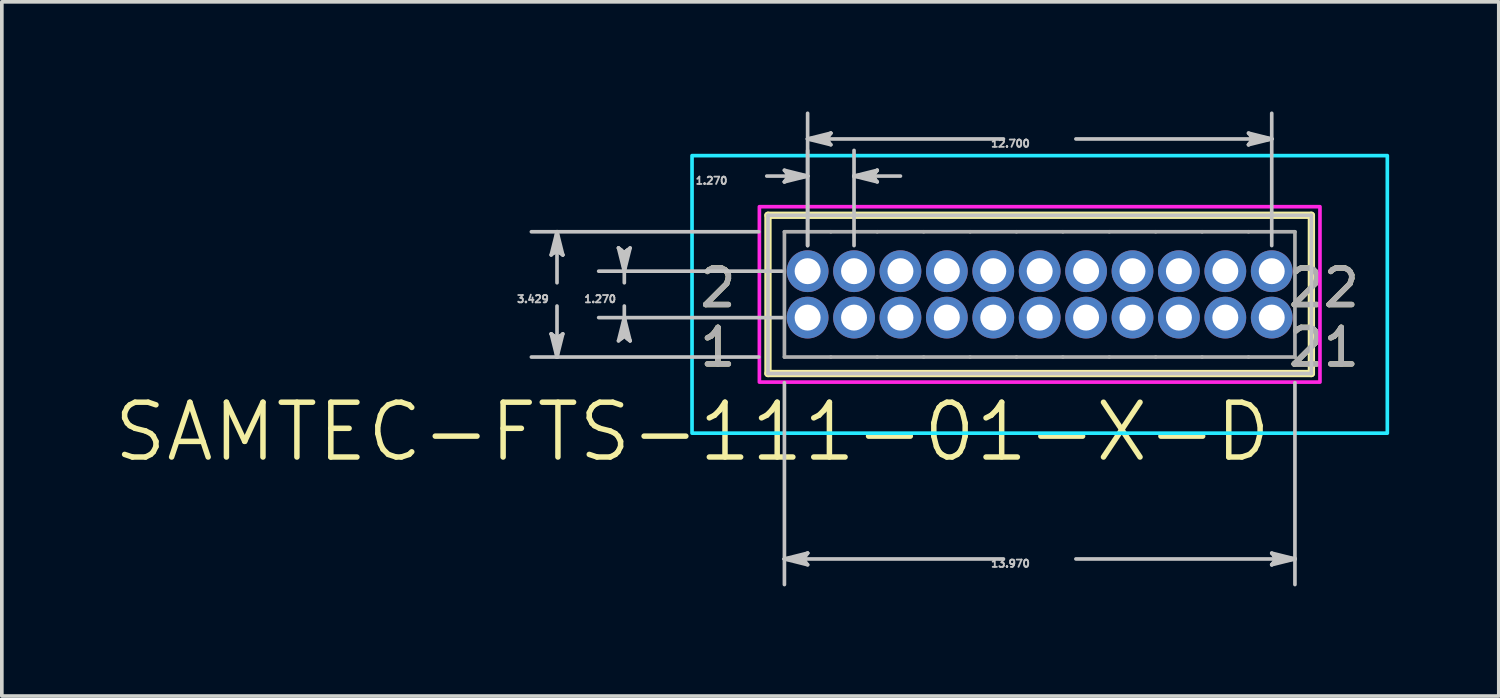
<source format=kicad_pcb>
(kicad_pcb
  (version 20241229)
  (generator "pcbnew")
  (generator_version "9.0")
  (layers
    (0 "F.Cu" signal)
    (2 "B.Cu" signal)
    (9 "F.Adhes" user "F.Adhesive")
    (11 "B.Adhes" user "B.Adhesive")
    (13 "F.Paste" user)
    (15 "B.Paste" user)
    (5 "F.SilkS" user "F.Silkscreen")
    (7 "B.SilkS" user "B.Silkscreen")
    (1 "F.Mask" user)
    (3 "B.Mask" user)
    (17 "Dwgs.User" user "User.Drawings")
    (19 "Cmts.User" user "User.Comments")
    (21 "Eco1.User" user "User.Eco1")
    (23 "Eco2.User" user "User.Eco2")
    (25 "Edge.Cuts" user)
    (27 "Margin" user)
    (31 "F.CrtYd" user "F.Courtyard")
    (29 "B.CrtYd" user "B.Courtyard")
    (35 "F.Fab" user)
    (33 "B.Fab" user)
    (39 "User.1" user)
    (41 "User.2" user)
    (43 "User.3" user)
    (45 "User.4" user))
  (footprint "SAMTEC-FTS-111-01-X-D"
    (layer "F.Cu")
    (at 25.4 5.006)
    (property "Reference" "SAMTEC-FTS-111-01-X-D" (at -9.504 3.764 0) (layer "F.SilkS") (effects (font (size 1.5 1.5) (thickness 0.15))))
    (attr through_hole)
    (fp_circle (center -6.35 -0.635) (end -5.728 -0.635) (stroke (width 0) (type solid)) (fill yes) (layer "F.Mask"))
    (fp_circle (center -6.35 0.635) (end -5.728 0.635) (stroke (width 0) (type solid)) (fill yes) (layer "F.Mask"))
    (fp_circle (center -5.08 -0.635) (end -4.458 -0.635) (stroke (width 0) (type solid)) (fill yes) (layer "F.Mask"))
    (fp_circle (center -5.08 0.635) (end -4.458 0.635) (stroke (width 0) (type solid)) (fill yes) (layer "F.Mask"))
    (fp_circle (center -3.81 -0.635) (end -3.188 -0.635) (stroke (width 0) (type solid)) (fill yes) (layer "F.Mask"))
    (fp_circle (center -3.81 0.635) (end -3.188 0.635) (stroke (width 0) (type solid)) (fill yes) (layer "F.Mask"))
    (fp_circle (center -2.54 -0.635) (end -1.918 -0.635) (stroke (width 0) (type solid)) (fill yes) (layer "F.Mask"))
    (fp_circle (center -2.54 0.635) (end -1.918 0.635) (stroke (width 0) (type solid)) (fill yes) (layer "F.Mask"))
    (fp_circle (center -1.27 -0.635) (end -0.648 -0.635) (stroke (width 0) (type solid)) (fill yes) (layer "F.Mask"))
    (fp_circle (center -1.27 0.635) (end -0.648 0.635) (stroke (width 0) (type solid)) (fill yes) (layer "F.Mask"))
    (fp_circle (center 0 -0.635) (end 0.622 -0.635) (stroke (width 0) (type solid)) (fill yes) (layer "F.Mask"))
    (fp_circle (center 0 0.635) (end 0.622 0.635) (stroke (width 0) (type solid)) (fill yes) (layer "F.Mask"))
    (fp_circle (center 1.27 -0.635) (end 1.892 -0.635) (stroke (width 0) (type solid)) (fill yes) (layer "F.Mask"))
    (fp_circle (center 1.27 0.635) (end 1.892 0.635) (stroke (width 0) (type solid)) (fill yes) (layer "F.Mask"))
    (fp_circle (center 2.54 -0.635) (end 3.162 -0.635) (stroke (width 0) (type solid)) (fill yes) (layer "F.Mask"))
    (fp_circle (center 2.54 0.635) (end 3.162 0.635) (stroke (width 0) (type solid)) (fill yes) (layer "F.Mask"))
    (fp_circle (center 3.81 -0.635) (end 4.432 -0.635) (stroke (width 0) (type solid)) (fill yes) (layer "F.Mask"))
    (fp_circle (center 3.81 0.635) (end 4.432 0.635) (stroke (width 0) (type solid)) (fill yes) (layer "F.Mask"))
    (fp_circle (center 5.08 -0.635) (end 5.702 -0.635) (stroke (width 0) (type solid)) (fill yes) (layer "F.Mask"))
    (fp_circle (center 5.08 0.635) (end 5.702 0.635) (stroke (width 0) (type solid)) (fill yes) (layer "F.Mask"))
    (fp_circle (center 6.35 -0.635) (end 6.972 -0.635) (stroke (width 0) (type solid)) (fill yes) (layer "F.Mask"))
    (fp_circle (center 6.35 0.635) (end 6.972 0.635) (stroke (width 0) (type solid)) (fill yes) (layer "F.Mask"))
    (fp_circle (center -6.35 -0.635) (end -5.728 -0.635) (stroke (width 0) (type solid)) (fill yes) (layer "B.Mask"))
    (fp_circle (center -6.35 0.635) (end -5.728 0.635) (stroke (width 0) (type solid)) (fill yes) (layer "B.Mask"))
    (fp_circle (center -5.08 -0.635) (end -4.458 -0.635) (stroke (width 0) (type solid)) (fill yes) (layer "B.Mask"))
    (fp_circle (center -5.08 0.635) (end -4.458 0.635) (stroke (width 0) (type solid)) (fill yes) (layer "B.Mask"))
    (fp_circle (center -3.81 -0.635) (end -3.188 -0.635) (stroke (width 0) (type solid)) (fill yes) (layer "B.Mask"))
    (fp_circle (center -3.81 0.635) (end -3.188 0.635) (stroke (width 0) (type solid)) (fill yes) (layer "B.Mask"))
    (fp_circle (center -2.54 -0.635) (end -1.918 -0.635) (stroke (width 0) (type solid)) (fill yes) (layer "B.Mask"))
    (fp_circle (center -2.54 0.635) (end -1.918 0.635) (stroke (width 0) (type solid)) (fill yes) (layer "B.Mask"))
    (fp_circle (center -1.27 -0.635) (end -0.648 -0.635) (stroke (width 0) (type solid)) (fill yes) (layer "B.Mask"))
    (fp_circle (center -1.27 0.635) (end -0.648 0.635) (stroke (width 0) (type solid)) (fill yes) (layer "B.Mask"))
    (fp_circle (center 0 -0.635) (end 0.622 -0.635) (stroke (width 0) (type solid)) (fill yes) (layer "B.Mask"))
    (fp_circle (center 0 0.635) (end 0.622 0.635) (stroke (width 0) (type solid)) (fill yes) (layer "B.Mask"))
    (fp_circle (center 1.27 -0.635) (end 1.892 -0.635) (stroke (width 0) (type solid)) (fill yes) (layer "B.Mask"))
    (fp_circle (center 1.27 0.635) (end 1.892 0.635) (stroke (width 0) (type solid)) (fill yes) (layer "B.Mask"))
    (fp_circle (center 2.54 -0.635) (end 3.162 -0.635) (stroke (width 0) (type solid)) (fill yes) (layer "B.Mask"))
    (fp_circle (center 2.54 0.635) (end 3.162 0.635) (stroke (width 0) (type solid)) (fill yes) (layer "B.Mask"))
    (fp_circle (center 3.81 -0.635) (end 4.432 -0.635) (stroke (width 0) (type solid)) (fill yes) (layer "B.Mask"))
    (fp_circle (center 3.81 0.635) (end 4.432 0.635) (stroke (width 0) (type solid)) (fill yes) (layer "B.Mask"))
    (fp_circle (center 5.08 -0.635) (end 5.702 -0.635) (stroke (width 0) (type solid)) (fill yes) (layer "B.Mask"))
    (fp_circle (center 5.08 0.635) (end 5.702 0.635) (stroke (width 0) (type solid)) (fill yes) (layer "B.Mask"))
    (fp_circle (center 6.35 -0.635) (end 6.972 -0.635) (stroke (width 0) (type solid)) (fill yes) (layer "B.Mask"))
    (fp_circle (center 6.35 0.635) (end 6.972 0.635) (stroke (width 0) (type solid)) (fill yes) (layer "B.Mask"))
    (fp_line (start -7.435 -2.165) (end -7.435 2.165) (stroke (width 0.2) (type solid)) (layer "F.SilkS"))
    (fp_line (start -7.435 2.165) (end 7.435 2.165) (stroke (width 0.2) (type solid)) (layer "F.SilkS"))
    (fp_line (start 7.435 -2.165) (end -7.435 -2.165) (stroke (width 0.2) (type solid)) (layer "F.SilkS"))
    (fp_line (start 7.435 2.165) (end 7.435 -2.165) (stroke (width 0.2) (type solid)) (layer "F.SilkS"))
    (fp_line (start -13.367 -1.08) (end -13.208 -1.206) (stroke (width 0.1) (type solid)) (layer "Dwgs.User"))
    (fp_line (start -13.367 1.08) (end -13.208 1.714) (stroke (width 0.1) (type solid)) (layer "Dwgs.User"))
    (fp_line (start -13.287 -1.143) (end -13.208 -1.206) (stroke (width 0.1) (type solid)) (layer "Dwgs.User"))
    (fp_line (start -13.287 1.143) (end -13.367 1.08) (stroke (width 0.1) (type solid)) (layer "Dwgs.User"))
    (fp_line (start -13.208 -1.714) (end -13.367 -1.08) (stroke (width 0.1) (type solid)) (layer "Dwgs.User"))
    (fp_line (start -13.208 -1.714) (end -13.287 -1.143) (stroke (width 0.1) (type solid)) (layer "Dwgs.User"))
    (fp_line (start -13.208 -1.714) (end -13.129 -1.143) (stroke (width 0.1) (type solid)) (layer "Dwgs.User"))
    (fp_line (start -13.208 -1.206) (end -13.208 -1.714) (stroke (width 0.1) (type solid)) (layer "Dwgs.User"))
    (fp_line (start -13.208 -1.206) (end -13.049 -1.08) (stroke (width 0.1) (type solid)) (layer "Dwgs.User"))
    (fp_line (start -13.208 -0.318) (end -13.208 -1.714) (stroke (width 0.1) (type solid)) (layer "Dwgs.User"))
    (fp_line (start -13.208 0.318) (end -13.208 1.714) (stroke (width 0.1) (type solid)) (layer "Dwgs.User"))
    (fp_line (start -13.208 1.206) (end -13.367 1.08) (stroke (width 0.1) (type solid)) (layer "Dwgs.User"))
    (fp_line (start -13.208 1.206) (end -13.208 1.714) (stroke (width 0.1) (type solid)) (layer "Dwgs.User"))
    (fp_line (start -13.208 1.714) (end -13.287 1.143) (stroke (width 0.1) (type solid)) (layer "Dwgs.User"))
    (fp_line (start -13.208 1.714) (end -13.129 1.143) (stroke (width 0.1) (type solid)) (layer "Dwgs.User"))
    (fp_line (start -13.208 1.714) (end -13.049 1.08) (stroke (width 0.1) (type solid)) (layer "Dwgs.User"))
    (fp_line (start -13.129 -1.143) (end -13.049 -1.08) (stroke (width 0.1) (type solid)) (layer "Dwgs.User"))
    (fp_line (start -13.129 1.143) (end -13.208 1.206) (stroke (width 0.1) (type solid)) (layer "Dwgs.User"))
    (fp_line (start -13.049 -1.08) (end -13.208 -1.714) (stroke (width 0.1) (type solid)) (layer "Dwgs.User"))
    (fp_line (start -13.049 1.08) (end -13.208 1.206) (stroke (width 0.1) (type solid)) (layer "Dwgs.User"))
    (fp_line (start -11.525 -1.27) (end -11.366 -0.635) (stroke (width 0.1) (type solid)) (layer "Dwgs.User"))
    (fp_line (start -11.525 1.27) (end -11.366 1.143) (stroke (width 0.1) (type solid)) (layer "Dwgs.User"))
    (fp_line (start -11.446 -1.206) (end -11.525 -1.27) (stroke (width 0.1) (type solid)) (layer "Dwgs.User"))
    (fp_line (start -11.446 1.206) (end -11.366 1.143) (stroke (width 0.1) (type solid)) (layer "Dwgs.User"))
    (fp_line (start -11.366 -1.143) (end -11.525 -1.27) (stroke (width 0.1) (type solid)) (layer "Dwgs.User"))
    (fp_line (start -11.366 -1.143) (end -11.366 -0.635) (stroke (width 0.1) (type solid)) (layer "Dwgs.User"))
    (fp_line (start -11.366 -0.635) (end -11.446 -1.206) (stroke (width 0.1) (type solid)) (layer "Dwgs.User"))
    (fp_line (start -11.366 -0.635) (end -11.287 -1.206) (stroke (width 0.1) (type solid)) (layer "Dwgs.User"))
    (fp_line (start -11.366 -0.635) (end -11.208 -1.27) (stroke (width 0.1) (type solid)) (layer "Dwgs.User"))
    (fp_line (start -11.366 -0.318) (end -11.366 -0.635) (stroke (width 0.1) (type solid)) (layer "Dwgs.User"))
    (fp_line (start -11.366 0.318) (end -11.366 0.635) (stroke (width 0.1) (type solid)) (layer "Dwgs.User"))
    (fp_line (start -11.366 0.635) (end -11.525 1.27) (stroke (width 0.1) (type solid)) (layer "Dwgs.User"))
    (fp_line (start -11.366 0.635) (end -11.446 1.206) (stroke (width 0.1) (type solid)) (layer "Dwgs.User"))
    (fp_line (start -11.366 0.635) (end -11.287 1.206) (stroke (width 0.1) (type solid)) (layer "Dwgs.User"))
    (fp_line (start -11.366 1.143) (end -11.366 0.635) (stroke (width 0.1) (type solid)) (layer "Dwgs.User"))
    (fp_line (start -11.366 1.143) (end -11.208 1.27) (stroke (width 0.1) (type solid)) (layer "Dwgs.User"))
    (fp_line (start -11.287 -1.206) (end -11.366 -1.143) (stroke (width 0.1) (type solid)) (layer "Dwgs.User"))
    (fp_line (start -11.287 1.206) (end -11.208 1.27) (stroke (width 0.1) (type solid)) (layer "Dwgs.User"))
    (fp_line (start -11.208 -1.27) (end -11.366 -1.143) (stroke (width 0.1) (type solid)) (layer "Dwgs.User"))
    (fp_line (start -11.208 1.27) (end -11.366 0.635) (stroke (width 0.1) (type solid)) (layer "Dwgs.User"))
    (fp_line (start -7.686 -1.714) (end -13.909 -1.714) (stroke (width 0.1) (type solid)) (layer "Dwgs.User"))
    (fp_line (start -7.686 1.714) (end -13.909 1.714) (stroke (width 0.1) (type solid)) (layer "Dwgs.User"))
    (fp_line (start -7.468 -3.238) (end -6.35 -3.238) (stroke (width 0.1) (type solid)) (layer "Dwgs.User"))
    (fp_line (start -7.435 -2.165) (end -7.435 2.165) (stroke (width 0.1) (type solid)) (layer "Dwgs.User"))
    (fp_line (start -7.435 2.165) (end 7.435 2.165) (stroke (width 0.1) (type solid)) (layer "Dwgs.User"))
    (fp_line (start -7.051 -0.635) (end -12.068 -0.635) (stroke (width 0.1) (type solid)) (layer "Dwgs.User"))
    (fp_line (start -7.051 0.635) (end -12.068 0.635) (stroke (width 0.1) (type solid)) (layer "Dwgs.User"))
    (fp_line (start -6.985 -3.397) (end -6.858 -3.238) (stroke (width 0.1) (type solid)) (layer "Dwgs.User"))
    (fp_line (start -6.985 -3.08) (end -6.35 -3.238) (stroke (width 0.1) (type solid)) (layer "Dwgs.User"))
    (fp_line (start -6.985 2.416) (end -6.985 7.94) (stroke (width 0.1) (type solid)) (layer "Dwgs.User"))
    (fp_line (start -6.985 7.239) (end -6.414 7.16) (stroke (width 0.1) (type solid)) (layer "Dwgs.User"))
    (fp_line (start -6.985 7.239) (end -6.414 7.318) (stroke (width 0.1) (type solid)) (layer "Dwgs.User"))
    (fp_line (start -6.985 7.239) (end -6.35 7.398) (stroke (width 0.1) (type solid)) (layer "Dwgs.User"))
    (fp_line (start -6.922 -3.318) (end -6.858 -3.238) (stroke (width 0.1) (type solid)) (layer "Dwgs.User"))
    (fp_line (start -6.922 -3.159) (end -6.985 -3.08) (stroke (width 0.1) (type solid)) (layer "Dwgs.User"))
    (fp_line (start -6.858 -3.238) (end -6.985 -3.08) (stroke (width 0.1) (type solid)) (layer "Dwgs.User"))
    (fp_line (start -6.858 -3.238) (end -6.35 -3.238) (stroke (width 0.1) (type solid)) (layer "Dwgs.User"))
    (fp_line (start -6.477 7.239) (end -6.985 7.239) (stroke (width 0.1) (type solid)) (layer "Dwgs.User"))
    (fp_line (start -6.477 7.239) (end -6.35 7.08) (stroke (width 0.1) (type solid)) (layer "Dwgs.User"))
    (fp_line (start -6.414 7.16) (end -6.35 7.08) (stroke (width 0.1) (type solid)) (layer "Dwgs.User"))
    (fp_line (start -6.414 7.318) (end -6.477 7.239) (stroke (width 0.1) (type solid)) (layer "Dwgs.User"))
    (fp_line (start -6.35 -4.254) (end -5.778 -4.334) (stroke (width 0.1) (type solid)) (layer "Dwgs.User"))
    (fp_line (start -6.35 -4.254) (end -5.778 -4.175) (stroke (width 0.1) (type solid)) (layer "Dwgs.User"))
    (fp_line (start -6.35 -4.254) (end -5.715 -4.096) (stroke (width 0.1) (type solid)) (layer "Dwgs.User"))
    (fp_line (start -6.35 -3.238) (end -6.985 -3.397) (stroke (width 0.1) (type solid)) (layer "Dwgs.User"))
    (fp_line (start -6.35 -3.238) (end -6.922 -3.318) (stroke (width 0.1) (type solid)) (layer "Dwgs.User"))
    (fp_line (start -6.35 -3.238) (end -6.922 -3.159) (stroke (width 0.1) (type solid)) (layer "Dwgs.User"))
    (fp_line (start -6.35 -1.336) (end -6.35 -4.956) (stroke (width 0.1) (type solid)) (layer "Dwgs.User"))
    (fp_line (start -6.35 -1.336) (end -6.35 -3.94) (stroke (width 0.1) (type solid)) (layer "Dwgs.User"))
    (fp_line (start -6.35 7.08) (end -6.985 7.239) (stroke (width 0.1) (type solid)) (layer "Dwgs.User"))
    (fp_line (start -6.35 7.398) (end -6.477 7.239) (stroke (width 0.1) (type solid)) (layer "Dwgs.User"))
    (fp_line (start -5.842 -4.254) (end -6.35 -4.254) (stroke (width 0.1) (type solid)) (layer "Dwgs.User"))
    (fp_line (start -5.842 -4.254) (end -5.715 -4.413) (stroke (width 0.1) (type solid)) (layer "Dwgs.User"))
    (fp_line (start -5.778 -4.334) (end -5.715 -4.413) (stroke (width 0.1) (type solid)) (layer "Dwgs.User"))
    (fp_line (start -5.778 -4.175) (end -5.842 -4.254) (stroke (width 0.1) (type solid)) (layer "Dwgs.User"))
    (fp_line (start -5.715 -4.413) (end -6.35 -4.254) (stroke (width 0.1) (type solid)) (layer "Dwgs.User"))
    (fp_line (start -5.715 -4.096) (end -5.842 -4.254) (stroke (width 0.1) (type solid)) (layer "Dwgs.User"))
    (fp_line (start -5.08 -3.238) (end -4.508 -3.318) (stroke (width 0.1) (type solid)) (layer "Dwgs.User"))
    (fp_line (start -5.08 -3.238) (end -4.508 -3.159) (stroke (width 0.1) (type solid)) (layer "Dwgs.User"))
    (fp_line (start -5.08 -3.238) (end -4.445 -3.08) (stroke (width 0.1) (type solid)) (layer "Dwgs.User"))
    (fp_line (start -5.08 -1.336) (end -5.08 -3.94) (stroke (width 0.1) (type solid)) (layer "Dwgs.User"))
    (fp_line (start -4.572 -3.238) (end -5.08 -3.238) (stroke (width 0.1) (type solid)) (layer "Dwgs.User"))
    (fp_line (start -4.572 -3.238) (end -4.445 -3.397) (stroke (width 0.1) (type solid)) (layer "Dwgs.User"))
    (fp_line (start -4.508 -3.318) (end -4.445 -3.397) (stroke (width 0.1) (type solid)) (layer "Dwgs.User"))
    (fp_line (start -4.508 -3.159) (end -4.572 -3.238) (stroke (width 0.1) (type solid)) (layer "Dwgs.User"))
    (fp_line (start -4.445 -3.397) (end -5.08 -3.238) (stroke (width 0.1) (type solid)) (layer "Dwgs.User"))
    (fp_line (start -4.445 -3.08) (end -4.572 -3.238) (stroke (width 0.1) (type solid)) (layer "Dwgs.User"))
    (fp_line (start -3.81 -3.238) (end -5.08 -3.238) (stroke (width 0.1) (type solid)) (layer "Dwgs.User"))
    (fp_line (start -0.991 -4.254) (end -6.35 -4.254) (stroke (width 0.1) (type solid)) (layer "Dwgs.User"))
    (fp_line (start -0.991 7.239) (end -6.985 7.239) (stroke (width 0.1) (type solid)) (layer "Dwgs.User"))
    (fp_line (start 0.991 -4.254) (end 6.35 -4.254) (stroke (width 0.1) (type solid)) (layer "Dwgs.User"))
    (fp_line (start 0.991 7.239) (end 6.985 7.239) (stroke (width 0.1) (type solid)) (layer "Dwgs.User"))
    (fp_line (start 5.715 -4.413) (end 5.842 -4.254) (stroke (width 0.1) (type solid)) (layer "Dwgs.User"))
    (fp_line (start 5.715 -4.096) (end 6.35 -4.254) (stroke (width 0.1) (type solid)) (layer "Dwgs.User"))
    (fp_line (start 5.778 -4.334) (end 5.842 -4.254) (stroke (width 0.1) (type solid)) (layer "Dwgs.User"))
    (fp_line (start 5.778 -4.175) (end 5.715 -4.096) (stroke (width 0.1) (type solid)) (layer "Dwgs.User"))
    (fp_line (start 5.842 -4.254) (end 5.715 -4.096) (stroke (width 0.1) (type solid)) (layer "Dwgs.User"))
    (fp_line (start 5.842 -4.254) (end 6.35 -4.254) (stroke (width 0.1) (type solid)) (layer "Dwgs.User"))
    (fp_line (start 6.35 -4.254) (end 5.715 -4.413) (stroke (width 0.1) (type solid)) (layer "Dwgs.User"))
    (fp_line (start 6.35 -4.254) (end 5.778 -4.334) (stroke (width 0.1) (type solid)) (layer "Dwgs.User"))
    (fp_line (start 6.35 -4.254) (end 5.778 -4.175) (stroke (width 0.1) (type solid)) (layer "Dwgs.User"))
    (fp_line (start 6.35 -1.336) (end 6.35 -4.956) (stroke (width 0.1) (type solid)) (layer "Dwgs.User"))
    (fp_line (start 6.35 7.08) (end 6.477 7.239) (stroke (width 0.1) (type solid)) (layer "Dwgs.User"))
    (fp_line (start 6.35 7.398) (end 6.985 7.239) (stroke (width 0.1) (type solid)) (layer "Dwgs.User"))
    (fp_line (start 6.414 7.16) (end 6.477 7.239) (stroke (width 0.1) (type solid)) (layer "Dwgs.User"))
    (fp_line (start 6.414 7.318) (end 6.35 7.398) (stroke (width 0.1) (type solid)) (layer "Dwgs.User"))
    (fp_line (start 6.477 7.239) (end 6.35 7.398) (stroke (width 0.1) (type solid)) (layer "Dwgs.User"))
    (fp_line (start 6.477 7.239) (end 6.985 7.239) (stroke (width 0.1) (type solid)) (layer "Dwgs.User"))
    (fp_line (start 6.985 2.416) (end 6.985 7.94) (stroke (width 0.1) (type solid)) (layer "Dwgs.User"))
    (fp_line (start 6.985 7.239) (end 6.35 7.08) (stroke (width 0.1) (type solid)) (layer "Dwgs.User"))
    (fp_line (start 6.985 7.239) (end 6.414 7.16) (stroke (width 0.1) (type solid)) (layer "Dwgs.User"))
    (fp_line (start 6.985 7.239) (end 6.414 7.318) (stroke (width 0.1) (type solid)) (layer "Dwgs.User"))
    (fp_line (start 7.435 -2.165) (end -7.435 -2.165) (stroke (width 0.1) (type solid)) (layer "Dwgs.User"))
    (fp_line (start 7.435 2.165) (end 7.435 -2.165) (stroke (width 0.1) (type solid)) (layer "Dwgs.User"))
    (fp_poly (pts (xy -9.513 3.798) (xy -9.513 -3.798) (xy 9.513 -3.798) (xy 9.513 3.798) (xy -9.513 3.798)) (stroke (width 0.1) (type solid)) (fill no) (layer "B.CrtYd"))
    (fp_poly (pts (xy -7.67 2.4) (xy -7.67 -2.4) (xy 7.67 -2.4) (xy 7.67 2.4) (xy -7.67 2.4)) (stroke (width 0.1) (type solid)) (fill no) (layer "F.CrtYd"))
    (fp_line (start -6.985 -1.714) (end -5.715 -1.714) (stroke (width 0.1) (type solid)) (layer "F.Fab"))
    (fp_line (start -6.985 1.714) (end -6.985 -1.714) (stroke (width 0.1) (type solid)) (layer "F.Fab"))
    (fp_line (start -6.553 -0.838) (end -6.553 -0.432) (stroke (width 0.1) (type solid)) (layer "F.Fab"))
    (fp_line (start -6.553 -0.432) (end -6.147 -0.432) (stroke (width 0.1) (type solid)) (layer "F.Fab"))
    (fp_line (start -6.553 0.432) (end -6.553 0.838) (stroke (width 0.1) (type solid)) (layer "F.Fab"))
    (fp_line (start -6.553 0.838) (end -6.147 0.838) (stroke (width 0.1) (type solid)) (layer "F.Fab"))
    (fp_line (start -6.147 -0.838) (end -6.553 -0.838) (stroke (width 0.1) (type solid)) (layer "F.Fab"))
    (fp_line (start -6.147 -0.432) (end -6.147 -0.838) (stroke (width 0.1) (type solid)) (layer "F.Fab"))
    (fp_line (start -6.147 0.432) (end -6.553 0.432) (stroke (width 0.1) (type solid)) (layer "F.Fab"))
    (fp_line (start -6.147 0.838) (end -6.147 0.432) (stroke (width 0.1) (type solid)) (layer "F.Fab"))
    (fp_line (start -5.715 1.714) (end -6.985 1.714) (stroke (width 0.1) (type solid)) (layer "F.Fab"))
    (fp_line (start -5.715 1.714) (end -4.445 1.714) (stroke (width 0.1) (type solid)) (layer "F.Fab"))
    (fp_line (start -5.283 -0.838) (end -4.877 -0.838) (stroke (width 0.1) (type solid)) (layer "F.Fab"))
    (fp_line (start -5.283 -0.432) (end -5.283 -0.838) (stroke (width 0.1) (type solid)) (layer "F.Fab"))
    (fp_line (start -5.283 0.432) (end -4.877 0.432) (stroke (width 0.1) (type solid)) (layer "F.Fab"))
    (fp_line (start -5.283 0.838) (end -5.283 0.432) (stroke (width 0.1) (type solid)) (layer "F.Fab"))
    (fp_line (start -4.877 -0.838) (end -4.877 -0.432) (stroke (width 0.1) (type solid)) (layer "F.Fab"))
    (fp_line (start -4.877 -0.432) (end -5.283 -0.432) (stroke (width 0.1) (type solid)) (layer "F.Fab"))
    (fp_line (start -4.877 0.432) (end -4.877 0.838) (stroke (width 0.1) (type solid)) (layer "F.Fab"))
    (fp_line (start -4.877 0.838) (end -5.283 0.838) (stroke (width 0.1) (type solid)) (layer "F.Fab"))
    (fp_line (start -4.445 -1.714) (end -5.715 -1.714) (stroke (width 0.1) (type solid)) (layer "F.Fab"))
    (fp_line (start -4.445 1.714) (end -3.175 1.714) (stroke (width 0.1) (type solid)) (layer "F.Fab"))
    (fp_line (start -4.013 -0.838) (end -3.607 -0.838) (stroke (width 0.1) (type solid)) (layer "F.Fab"))
    (fp_line (start -4.013 -0.432) (end -4.013 -0.838) (stroke (width 0.1) (type solid)) (layer "F.Fab"))
    (fp_line (start -4.013 0.432) (end -3.607 0.432) (stroke (width 0.1) (type solid)) (layer "F.Fab"))
    (fp_line (start -4.013 0.838) (end -4.013 0.432) (stroke (width 0.1) (type solid)) (layer "F.Fab"))
    (fp_line (start -3.607 -0.838) (end -3.607 -0.432) (stroke (width 0.1) (type solid)) (layer "F.Fab"))
    (fp_line (start -3.607 -0.432) (end -4.013 -0.432) (stroke (width 0.1) (type solid)) (layer "F.Fab"))
    (fp_line (start -3.607 0.432) (end -3.607 0.838) (stroke (width 0.1) (type solid)) (layer "F.Fab"))
    (fp_line (start -3.607 0.838) (end -4.013 0.838) (stroke (width 0.1) (type solid)) (layer "F.Fab"))
    (fp_line (start -3.175 -1.714) (end -4.445 -1.714) (stroke (width 0.1) (type solid)) (layer "F.Fab"))
    (fp_line (start -3.175 1.714) (end -1.905 1.714) (stroke (width 0.1) (type solid)) (layer "F.Fab"))
    (fp_line (start -2.743 -0.838) (end -2.337 -0.838) (stroke (width 0.1) (type solid)) (layer "F.Fab"))
    (fp_line (start -2.743 -0.432) (end -2.743 -0.838) (stroke (width 0.1) (type solid)) (layer "F.Fab"))
    (fp_line (start -2.743 0.432) (end -2.337 0.432) (stroke (width 0.1) (type solid)) (layer "F.Fab"))
    (fp_line (start -2.743 0.838) (end -2.743 0.432) (stroke (width 0.1) (type solid)) (layer "F.Fab"))
    (fp_line (start -2.337 -0.838) (end -2.337 -0.432) (stroke (width 0.1) (type solid)) (layer "F.Fab"))
    (fp_line (start -2.337 -0.432) (end -2.743 -0.432) (stroke (width 0.1) (type solid)) (layer "F.Fab"))
    (fp_line (start -2.337 0.432) (end -2.337 0.838) (stroke (width 0.1) (type solid)) (layer "F.Fab"))
    (fp_line (start -2.337 0.838) (end -2.743 0.838) (stroke (width 0.1) (type solid)) (layer "F.Fab"))
    (fp_line (start -1.905 -1.714) (end -3.175 -1.714) (stroke (width 0.1) (type solid)) (layer "F.Fab"))
    (fp_line (start -1.905 1.714) (end -0.635 1.714) (stroke (width 0.1) (type solid)) (layer "F.Fab"))
    (fp_line (start -1.473 -0.838) (end -1.067 -0.838) (stroke (width 0.1) (type solid)) (layer "F.Fab"))
    (fp_line (start -1.473 -0.432) (end -1.473 -0.838) (stroke (width 0.1) (type solid)) (layer "F.Fab"))
    (fp_line (start -1.473 0.432) (end -1.067 0.432) (stroke (width 0.1) (type solid)) (layer "F.Fab"))
    (fp_line (start -1.473 0.838) (end -1.473 0.432) (stroke (width 0.1) (type solid)) (layer "F.Fab"))
    (fp_line (start -1.067 -0.838) (end -1.067 -0.432) (stroke (width 0.1) (type solid)) (layer "F.Fab"))
    (fp_line (start -1.067 -0.432) (end -1.473 -0.432) (stroke (width 0.1) (type solid)) (layer "F.Fab"))
    (fp_line (start -1.067 0.432) (end -1.067 0.838) (stroke (width 0.1) (type solid)) (layer "F.Fab"))
    (fp_line (start -1.067 0.838) (end -1.473 0.838) (stroke (width 0.1) (type solid)) (layer "F.Fab"))
    (fp_line (start -0.635 -1.714) (end -1.905 -1.714) (stroke (width 0.1) (type solid)) (layer "F.Fab"))
    (fp_line (start -0.635 1.714) (end 0.635 1.714) (stroke (width 0.1) (type solid)) (layer "F.Fab"))
    (fp_line (start -0.203 -0.838) (end 0.203 -0.838) (stroke (width 0.1) (type solid)) (layer "F.Fab"))
    (fp_line (start -0.203 -0.432) (end -0.203 -0.838) (stroke (width 0.1) (type solid)) (layer "F.Fab"))
    (fp_line (start -0.203 0.432) (end 0.203 0.432) (stroke (width 0.1) (type solid)) (layer "F.Fab"))
    (fp_line (start -0.203 0.838) (end -0.203 0.432) (stroke (width 0.1) (type solid)) (layer "F.Fab"))
    (fp_line (start 0.203 -0.838) (end 0.203 -0.432) (stroke (width 0.1) (type solid)) (layer "F.Fab"))
    (fp_line (start 0.203 -0.432) (end -0.203 -0.432) (stroke (width 0.1) (type solid)) (layer "F.Fab"))
    (fp_line (start 0.203 0.432) (end 0.203 0.838) (stroke (width 0.1) (type solid)) (layer "F.Fab"))
    (fp_line (start 0.203 0.838) (end -0.203 0.838) (stroke (width 0.1) (type solid)) (layer "F.Fab"))
    (fp_line (start 0.635 -1.714) (end -0.635 -1.714) (stroke (width 0.1) (type solid)) (layer "F.Fab"))
    (fp_line (start 0.635 1.714) (end 1.905 1.714) (stroke (width 0.1) (type solid)) (layer "F.Fab"))
    (fp_line (start 1.067 -0.838) (end 1.473 -0.838) (stroke (width 0.1) (type solid)) (layer "F.Fab"))
    (fp_line (start 1.067 -0.432) (end 1.067 -0.838) (stroke (width 0.1) (type solid)) (layer "F.Fab"))
    (fp_line (start 1.067 0.432) (end 1.473 0.432) (stroke (width 0.1) (type solid)) (layer "F.Fab"))
    (fp_line (start 1.067 0.838) (end 1.067 0.432) (stroke (width 0.1) (type solid)) (layer "F.Fab"))
    (fp_line (start 1.473 -0.838) (end 1.473 -0.432) (stroke (width 0.1) (type solid)) (layer "F.Fab"))
    (fp_line (start 1.473 -0.432) (end 1.067 -0.432) (stroke (width 0.1) (type solid)) (layer "F.Fab"))
    (fp_line (start 1.473 0.432) (end 1.473 0.838) (stroke (width 0.1) (type solid)) (layer "F.Fab"))
    (fp_line (start 1.473 0.838) (end 1.067 0.838) (stroke (width 0.1) (type solid)) (layer "F.Fab"))
    (fp_line (start 1.905 -1.714) (end 0.635 -1.714) (stroke (width 0.1) (type solid)) (layer "F.Fab"))
    (fp_line (start 1.905 1.714) (end 3.175 1.714) (stroke (width 0.1) (type solid)) (layer "F.Fab"))
    (fp_line (start 2.337 -0.838) (end 2.743 -0.838) (stroke (width 0.1) (type solid)) (layer "F.Fab"))
    (fp_line (start 2.337 -0.432) (end 2.337 -0.838) (stroke (width 0.1) (type solid)) (layer "F.Fab"))
    (fp_line (start 2.337 0.432) (end 2.743 0.432) (stroke (width 0.1) (type solid)) (layer "F.Fab"))
    (fp_line (start 2.337 0.838) (end 2.337 0.432) (stroke (width 0.1) (type solid)) (layer "F.Fab"))
    (fp_line (start 2.743 -0.838) (end 2.743 -0.432) (stroke (width 0.1) (type solid)) (layer "F.Fab"))
    (fp_line (start 2.743 -0.432) (end 2.337 -0.432) (stroke (width 0.1) (type solid)) (layer "F.Fab"))
    (fp_line (start 2.743 0.432) (end 2.743 0.838) (stroke (width 0.1) (type solid)) (layer "F.Fab"))
    (fp_line (start 2.743 0.838) (end 2.337 0.838) (stroke (width 0.1) (type solid)) (layer "F.Fab"))
    (fp_line (start 3.175 -1.714) (end 1.905 -1.714) (stroke (width 0.1) (type solid)) (layer "F.Fab"))
    (fp_line (start 3.175 1.714) (end 4.445 1.714) (stroke (width 0.1) (type solid)) (layer "F.Fab"))
    (fp_line (start 3.607 -0.838) (end 4.013 -0.838) (stroke (width 0.1) (type solid)) (layer "F.Fab"))
    (fp_line (start 3.607 -0.432) (end 3.607 -0.838) (stroke (width 0.1) (type solid)) (layer "F.Fab"))
    (fp_line (start 3.607 0.432) (end 4.013 0.432) (stroke (width 0.1) (type solid)) (layer "F.Fab"))
    (fp_line (start 3.607 0.838) (end 3.607 0.432) (stroke (width 0.1) (type solid)) (layer "F.Fab"))
    (fp_line (start 4.013 -0.838) (end 4.013 -0.432) (stroke (width 0.1) (type solid)) (layer "F.Fab"))
    (fp_line (start 4.013 -0.432) (end 3.607 -0.432) (stroke (width 0.1) (type solid)) (layer "F.Fab"))
    (fp_line (start 4.013 0.432) (end 4.013 0.838) (stroke (width 0.1) (type solid)) (layer "F.Fab"))
    (fp_line (start 4.013 0.838) (end 3.607 0.838) (stroke (width 0.1) (type solid)) (layer "F.Fab"))
    (fp_line (start 4.445 -1.714) (end 3.175 -1.714) (stroke (width 0.1) (type solid)) (layer "F.Fab"))
    (fp_line (start 4.445 1.714) (end 5.715 1.714) (stroke (width 0.1) (type solid)) (layer "F.Fab"))
    (fp_line (start 4.877 -0.838) (end 5.283 -0.838) (stroke (width 0.1) (type solid)) (layer "F.Fab"))
    (fp_line (start 4.877 -0.432) (end 4.877 -0.838) (stroke (width 0.1) (type solid)) (layer "F.Fab"))
    (fp_line (start 4.877 0.432) (end 5.283 0.432) (stroke (width 0.1) (type solid)) (layer "F.Fab"))
    (fp_line (start 4.877 0.838) (end 4.877 0.432) (stroke (width 0.1) (type solid)) (layer "F.Fab"))
    (fp_line (start 5.283 -0.838) (end 5.283 -0.432) (stroke (width 0.1) (type solid)) (layer "F.Fab"))
    (fp_line (start 5.283 -0.432) (end 4.877 -0.432) (stroke (width 0.1) (type solid)) (layer "F.Fab"))
    (fp_line (start 5.283 0.432) (end 5.283 0.838) (stroke (width 0.1) (type solid)) (layer "F.Fab"))
    (fp_line (start 5.283 0.838) (end 4.877 0.838) (stroke (width 0.1) (type solid)) (layer "F.Fab"))
    (fp_line (start 5.715 -1.714) (end 4.445 -1.714) (stroke (width 0.1) (type solid)) (layer "F.Fab"))
    (fp_line (start 5.715 1.714) (end 6.985 1.714) (stroke (width 0.1) (type solid)) (layer "F.Fab"))
    (fp_line (start 6.147 -0.838) (end 6.553 -0.838) (stroke (width 0.1) (type solid)) (layer "F.Fab"))
    (fp_line (start 6.147 -0.432) (end 6.147 -0.838) (stroke (width 0.1) (type solid)) (layer "F.Fab"))
    (fp_line (start 6.147 0.432) (end 6.553 0.432) (stroke (width 0.1) (type solid)) (layer "F.Fab"))
    (fp_line (start 6.147 0.838) (end 6.147 0.432) (stroke (width 0.1) (type solid)) (layer "F.Fab"))
    (fp_line (start 6.553 -0.838) (end 6.553 -0.432) (stroke (width 0.1) (type solid)) (layer "F.Fab"))
    (fp_line (start 6.553 -0.432) (end 6.147 -0.432) (stroke (width 0.1) (type solid)) (layer "F.Fab"))
    (fp_line (start 6.553 0.432) (end 6.553 0.838) (stroke (width 0.1) (type solid)) (layer "F.Fab"))
    (fp_line (start 6.553 0.838) (end 6.147 0.838) (stroke (width 0.1) (type solid)) (layer "F.Fab"))
    (fp_line (start 6.985 -1.714) (end 5.715 -1.714) (stroke (width 0.1) (type solid)) (layer "F.Fab"))
    (fp_line (start 6.985 1.714) (end 6.985 -1.714) (stroke (width 0.1) (type solid)) (layer "F.Fab"))
    (fp_text user "1" (at -8.805 1.448 0) (layer "F.SilkS") (effects (font (size 1 1) (thickness 0.15))))
    (fp_text user "22" (at 7.776 -0.178 0) (layer "F.SilkS") (effects (font (size 1 1) (thickness 0.15))))
    (fp_text user "2" (at -8.805 -0.178 0) (layer "F.SilkS") (effects (font (size 1 1) (thickness 0.15))))
    (fp_text user "21" (at 7.776 1.448 0) (layer "F.SilkS") (effects (font (size 1 1) (thickness 0.15))))
    (fp_text user "3.429" (at -13.868 0.127 0) (layer "Dwgs.User") (effects (font (size 0.2 0.2) (thickness 0.15))))
    (fp_text user "1.270" (at -8.979 -3.112 0) (layer "Dwgs.User") (effects (font (size 0.2 0.2) (thickness 0.15))))
    (fp_text user "13.970" (at -0.8 7.366 0) (layer "Dwgs.User") (effects (font (size 0.2 0.2) (thickness 0.15))))
    (fp_text user "12.700" (at -0.8 -4.128 0) (layer "Dwgs.User") (effects (font (size 0.2 0.2) (thickness 0.15))))
    (fp_text user "1.270" (at -12.027 0.127 0) (layer "Dwgs.User") (effects (font (size 0.2 0.2) (thickness 0.15))))
    (fp_text user "22" (at 7.776 -0.178 0) (layer "F.Fab") (effects (font (size 1 1) (thickness 0.15))))
    (fp_text user "2" (at -8.805 -0.178 0) (layer "F.Fab") (effects (font (size 1 1) (thickness 0.15))))
    (fp_text user "1" (at -8.805 1.448 0) (layer "F.Fab") (effects (font (size 1 1) (thickness 0.15))))
    (fp_text user "21" (at 7.776 1.448 0) (layer "F.Fab") (effects (font (size 1 1) (thickness 0.15))))
    (pad "1" thru_hole circle (at -6.35 0.635) (size 1.143 1.143) (drill 0.71) (layers "*.Cu"))
    (pad "2" thru_hole circle (at -6.35 -0.635) (size 1.143 1.143) (drill 0.71) (layers "*.Cu"))
    (pad "3" thru_hole circle (at -5.08 0.635) (size 1.143 1.143) (drill 0.71) (layers "*.Cu"))
    (pad "4" thru_hole circle (at -5.08 -0.635) (size 1.143 1.143) (drill 0.71) (layers "*.Cu"))
    (pad "5" thru_hole circle (at -3.81 0.635) (size 1.143 1.143) (drill 0.71) (layers "*.Cu"))
    (pad "6" thru_hole circle (at -3.81 -0.635) (size 1.143 1.143) (drill 0.71) (layers "*.Cu"))
    (pad "7" thru_hole circle (at -2.54 0.635) (size 1.143 1.143) (drill 0.71) (layers "*.Cu"))
    (pad "8" thru_hole circle (at -2.54 -0.635) (size 1.143 1.143) (drill 0.71) (layers "*.Cu"))
    (pad "9" thru_hole circle (at -1.27 0.635) (size 1.143 1.143) (drill 0.71) (layers "*.Cu"))
    (pad "10" thru_hole circle (at -1.27 -0.635) (size 1.143 1.143) (drill 0.71) (layers "*.Cu"))
    (pad "11" thru_hole circle (at 0 0.635) (size 1.143 1.143) (drill 0.71) (layers "*.Cu"))
    (pad "12" thru_hole circle (at 0 -0.635) (size 1.143 1.143) (drill 0.71) (layers "*.Cu"))
    (pad "13" thru_hole circle (at 1.27 0.635) (size 1.143 1.143) (drill 0.71) (layers "*.Cu"))
    (pad "14" thru_hole circle (at 1.27 -0.635) (size 1.143 1.143) (drill 0.71) (layers "*.Cu"))
    (pad "15" thru_hole circle (at 2.54 0.635) (size 1.143 1.143) (drill 0.71) (layers "*.Cu"))
    (pad "16" thru_hole circle (at 2.54 -0.635) (size 1.143 1.143) (drill 0.71) (layers "*.Cu"))
    (pad "17" thru_hole circle (at 3.81 0.635) (size 1.143 1.143) (drill 0.71) (layers "*.Cu"))
    (pad "18" thru_hole circle (at 3.81 -0.635) (size 1.143 1.143) (drill 0.71) (layers "*.Cu"))
    (pad "19" thru_hole circle (at 5.08 0.635) (size 1.143 1.143) (drill 0.71) (layers "*.Cu"))
    (pad "20" thru_hole circle (at 5.08 -0.635) (size 1.143 1.143) (drill 0.71) (layers "*.Cu"))
    (pad "21" thru_hole circle (at 6.35 0.635) (size 1.143 1.143) (drill 0.71) (layers "*.Cu"))
    (pad "22" thru_hole circle (at 6.35 -0.635) (size 1.143 1.143) (drill 0.71) (layers "*.Cu")))
  (gr_rect
    (start -3 -3)
    (end 37.963 15.996)
    (stroke (width 0.1) (type default))
    (fill no)
    (layer "Edge.Cuts")))
</source>
